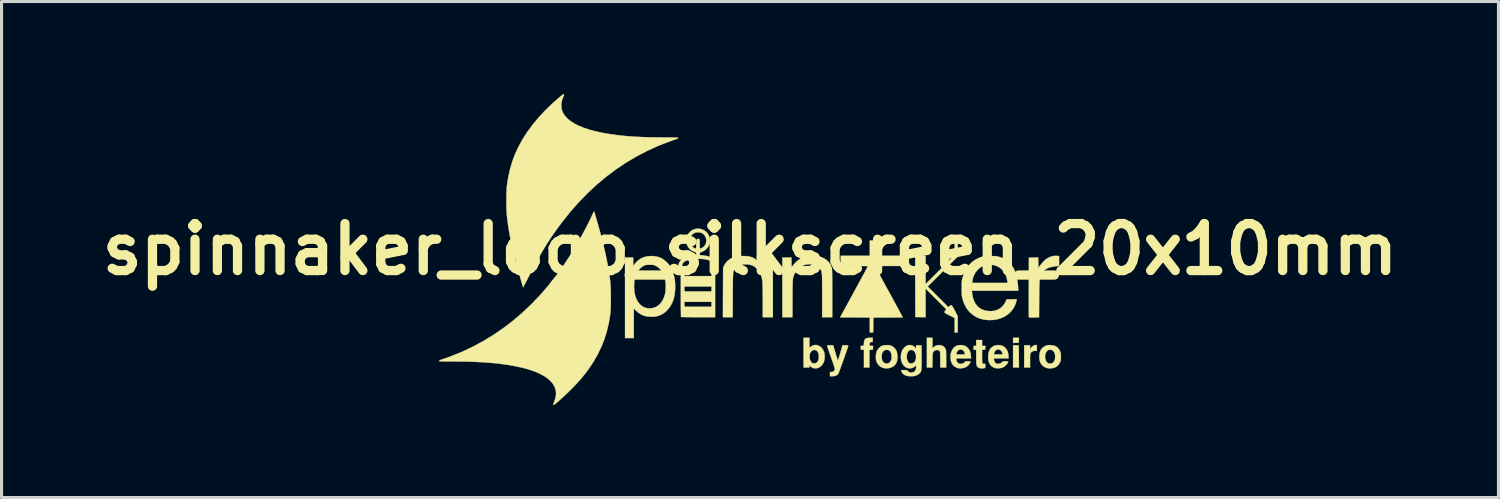
<source format=kicad_pcb>
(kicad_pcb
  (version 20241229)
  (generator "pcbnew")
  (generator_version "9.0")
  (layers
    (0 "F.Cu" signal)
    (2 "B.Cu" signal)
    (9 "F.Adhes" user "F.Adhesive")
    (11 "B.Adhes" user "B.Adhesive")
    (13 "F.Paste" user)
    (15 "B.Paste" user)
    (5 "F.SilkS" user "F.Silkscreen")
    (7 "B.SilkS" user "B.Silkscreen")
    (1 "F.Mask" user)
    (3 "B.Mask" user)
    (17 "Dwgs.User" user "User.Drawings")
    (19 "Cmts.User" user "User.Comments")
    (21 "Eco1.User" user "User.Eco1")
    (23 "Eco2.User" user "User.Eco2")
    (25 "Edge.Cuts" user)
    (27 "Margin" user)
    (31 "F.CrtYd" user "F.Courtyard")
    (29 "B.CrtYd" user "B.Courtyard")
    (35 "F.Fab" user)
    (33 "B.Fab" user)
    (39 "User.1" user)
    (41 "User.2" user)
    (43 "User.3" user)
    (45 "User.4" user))
  (footprint "spinnaker_logo_silkscreen_20x10mm"
    (layer "F.Cu")
    (at 21.271 5.034)
    (property "Reference" "spinnaker_logo_silkscreen_20x10mm" (at 0 0 0) (layer "F.SilkS") (effects (font (size 1.524 1.524) (thickness 0.3))))
    (attr through_hole)
    (fp_poly (pts (xy 8.715 3.117) (xy 8.718 3.474) (xy 8.721 3.831) (xy 8.53 3.831) (xy 8.53 3.111) (xy 8.715 3.117)) (stroke (width 0.01) (type solid)) (fill yes) (layer "F.SilkS"))
    (fp_poly (pts (xy 8.718 2.95) (xy 8.715 3.032) (xy 8.53 3.038) (xy 8.53 2.868) (xy 8.722 2.868) (xy 8.718 2.95)) (stroke (width 0.01) (type solid)) (fill yes) (layer "F.SilkS"))
    (fp_poly (pts (xy 9.289 3.102) (xy 9.297 3.107) (xy 9.301 3.12) (xy 9.302 3.145) (xy 9.303 3.187) (xy 9.303 3.196) (xy 9.303 3.291) (xy 9.247 3.291) (xy 9.186 3.299) (xy 9.137 3.321) (xy 9.104 3.357) (xy 9.099 3.365) (xy 9.093 3.381) (xy 9.088 3.401) (xy 9.084 3.427) (xy 9.082 3.464) (xy 9.081 3.515) (xy 9.081 3.582) (xy 9.081 3.617) (xy 9.081 3.831) (xy 8.89 3.831) (xy 8.89 3.111) (xy 9.081 3.111) (xy 9.081 3.178) (xy 9.081 3.244) (xy 9.1 3.212) (xy 9.138 3.165) (xy 9.186 3.129) (xy 9.238 3.107) (xy 9.276 3.101) (xy 9.289 3.102)) (stroke (width 0.01) (type solid)) (fill yes) (layer "F.SilkS"))
    (fp_poly (pts (xy 3.979 3.006) (xy 3.945 3.006) (xy 3.91 3.01) (xy 3.89 3.023) (xy 3.881 3.051) (xy 3.88 3.076) (xy 3.879 3.127) (xy 3.935 3.131) (xy 3.991 3.134) (xy 3.988 3.194) (xy 3.985 3.254) (xy 3.929 3.258) (xy 3.873 3.261) (xy 3.873 3.831) (xy 3.694 3.831) (xy 3.694 3.261) (xy 3.593 3.254) (xy 3.59 3.194) (xy 3.587 3.134) (xy 3.638 3.131) (xy 3.688 3.127) (xy 3.694 3.043) (xy 3.699 2.99) (xy 3.708 2.952) (xy 3.723 2.925) (xy 3.746 2.902) (xy 3.755 2.895) (xy 3.775 2.884) (xy 3.8 2.876) (xy 3.838 2.872) (xy 3.881 2.87) (xy 3.979 2.866) (xy 3.979 3.006)) (stroke (width 0.01) (type solid)) (fill yes) (layer "F.SilkS"))
    (fp_poly (pts (xy 7.525 3.133) (xy 7.632 3.133) (xy 7.625 3.254) (xy 7.525 3.261) (xy 7.525 3.475) (xy 7.525 3.557) (xy 7.527 3.619) (xy 7.529 3.663) (xy 7.533 3.69) (xy 7.537 3.702) (xy 7.556 3.71) (xy 7.585 3.715) (xy 7.59 3.715) (xy 7.631 3.715) (xy 7.631 3.778) (xy 7.629 3.814) (xy 7.624 3.839) (xy 7.619 3.848) (xy 7.602 3.852) (xy 7.572 3.857) (xy 7.537 3.86) (xy 7.489 3.86) (xy 7.452 3.854) (xy 7.421 3.843) (xy 7.385 3.82) (xy 7.361 3.787) (xy 7.355 3.776) (xy 7.348 3.759) (xy 7.343 3.74) (xy 7.34 3.716) (xy 7.337 3.684) (xy 7.336 3.641) (xy 7.335 3.583) (xy 7.334 3.508) (xy 7.334 3.495) (xy 7.334 3.26) (xy 7.25 3.26) (xy 7.25 3.133) (xy 7.334 3.133) (xy 7.334 2.942) (xy 7.525 2.942) (xy 7.525 3.133)) (stroke (width 0.01) (type solid)) (fill yes) (layer "F.SilkS"))
    (fp_poly (pts (xy 6.736 -0.28) (xy 6.736 0.233) (xy 6.249 0.72) (xy 5.763 1.207) (xy 6.433 1.877) (xy 6.471 1.843) (xy 6.495 1.824) (xy 6.511 1.812) (xy 6.515 1.81) (xy 6.53 1.815) (xy 6.548 1.83) (xy 6.569 1.859) (xy 6.595 1.901) (xy 6.627 1.961) (xy 6.649 2.003) (xy 6.736 2.175) (xy 6.736 2.693) (xy 6.686 2.697) (xy 6.636 2.7) (xy 6.636 2.227) (xy 6.472 2.146) (xy 6.412 2.116) (xy 6.369 2.093) (xy 6.339 2.076) (xy 6.321 2.063) (xy 6.312 2.052) (xy 6.308 2.042) (xy 6.308 2.035) (xy 6.316 2.006) (xy 6.336 1.977) (xy 6.336 1.977) (xy 6.365 1.947) (xy 5.694 1.275) (xy 5.694 2.202) (xy 5.527 2.199) (xy 5.36 2.196) (xy 5.358 1.204) (xy 5.355 0.212) (xy 5.694 0.212) (xy 5.694 1.127) (xy 6.636 0.185) (xy 6.636 -0.287) (xy 6.736 -0.28)) (stroke (width 0.01) (type solid)) (fill yes) (layer "F.SilkS"))
    (fp_poly (pts (xy 5.916 3.211) (xy 5.95 3.178) (xy 6.011 3.133) (xy 6.077 3.109) (xy 6.148 3.105) (xy 6.203 3.115) (xy 6.264 3.142) (xy 6.311 3.183) (xy 6.34 3.232) (xy 6.346 3.247) (xy 6.351 3.265) (xy 6.355 3.287) (xy 6.357 3.318) (xy 6.359 3.359) (xy 6.36 3.414) (xy 6.36 3.485) (xy 6.36 3.553) (xy 6.361 3.831) (xy 6.17 3.831) (xy 6.17 3.588) (xy 6.17 3.516) (xy 6.168 3.45) (xy 6.166 3.394) (xy 6.164 3.351) (xy 6.161 3.324) (xy 6.16 3.318) (xy 6.138 3.289) (xy 6.104 3.271) (xy 6.062 3.265) (xy 6.019 3.272) (xy 5.978 3.292) (xy 5.967 3.301) (xy 5.951 3.317) (xy 5.939 3.337) (xy 5.93 3.363) (xy 5.924 3.397) (xy 5.92 3.444) (xy 5.917 3.505) (xy 5.916 3.582) (xy 5.916 3.622) (xy 5.916 3.831) (xy 5.736 3.831) (xy 5.736 2.868) (xy 5.916 2.868) (xy 5.916 3.211)) (stroke (width 0.01) (type solid)) (fill yes) (layer "F.SilkS"))
    (fp_poly (pts (xy 1.926 3.199) (xy 1.968 3.161) (xy 2.024 3.123) (xy 2.085 3.104) (xy 2.148 3.102) (xy 2.21 3.118) (xy 2.269 3.148) (xy 2.322 3.194) (xy 2.367 3.253) (xy 2.4 3.324) (xy 2.404 3.336) (xy 2.42 3.412) (xy 2.423 3.496) (xy 2.414 3.579) (xy 2.394 3.654) (xy 2.387 3.67) (xy 2.346 3.74) (xy 2.294 3.795) (xy 2.234 3.835) (xy 2.169 3.857) (xy 2.1 3.861) (xy 2.039 3.847) (xy 2.004 3.83) (xy 1.97 3.805) (xy 1.962 3.798) (xy 1.926 3.764) (xy 1.926 3.831) (xy 1.736 3.831) (xy 1.736 3.468) (xy 1.93 3.468) (xy 1.934 3.531) (xy 1.948 3.59) (xy 1.972 3.641) (xy 2.004 3.677) (xy 2.013 3.683) (xy 2.057 3.7) (xy 2.104 3.7) (xy 2.149 3.684) (xy 2.166 3.671) (xy 2.202 3.626) (xy 2.224 3.569) (xy 2.232 3.498) (xy 2.233 3.482) (xy 2.226 3.408) (xy 2.207 3.348) (xy 2.177 3.302) (xy 2.135 3.273) (xy 2.099 3.263) (xy 2.049 3.267) (xy 2.005 3.29) (xy 1.968 3.333) (xy 1.958 3.35) (xy 1.938 3.406) (xy 1.93 3.468) (xy 1.736 3.468) (xy 1.736 2.868) (xy 1.926 2.868) (xy 1.926 3.199)) (stroke (width 0.01) (type solid)) (fill yes) (layer "F.SilkS"))
    (fp_poly (pts (xy 9.951 0.213) (xy 9.982 0.216) (xy 9.984 0.216) (xy 10.022 0.223) (xy 10.022 0.535) (xy 9.909 0.549) (xy 9.787 0.569) (xy 9.684 0.6) (xy 9.598 0.641) (xy 9.527 0.694) (xy 9.472 0.759) (xy 9.446 0.804) (xy 9.433 0.829) (xy 9.423 0.852) (xy 9.413 0.875) (xy 9.406 0.899) (xy 9.4 0.927) (xy 9.394 0.96) (xy 9.39 1.001) (xy 9.387 1.05) (xy 9.385 1.11) (xy 9.383 1.182) (xy 9.381 1.269) (xy 9.38 1.372) (xy 9.378 1.493) (xy 9.377 1.593) (xy 9.372 2.207) (xy 9.21 2.21) (xy 9.144 2.21) (xy 9.097 2.21) (xy 9.066 2.208) (xy 9.049 2.204) (xy 9.043 2.199) (xy 9.042 2.187) (xy 9.042 2.155) (xy 9.041 2.104) (xy 9.041 2.038) (xy 9.04 1.956) (xy 9.04 1.86) (xy 9.04 1.753) (xy 9.04 1.635) (xy 9.04 1.508) (xy 9.04 1.373) (xy 9.041 1.233) (xy 9.041 1.228) (xy 9.043 0.27) (xy 9.194 0.267) (xy 9.345 0.264) (xy 9.347 0.434) (xy 9.35 0.604) (xy 9.408 0.524) (xy 9.489 0.423) (xy 9.573 0.341) (xy 9.661 0.279) (xy 9.751 0.238) (xy 9.843 0.216) (xy 9.862 0.215) (xy 9.908 0.213) (xy 9.951 0.213)) (stroke (width 0.01) (type solid)) (fill yes) (layer "F.SilkS"))
    (fp_poly (pts (xy 2.768 3.352) (xy 2.788 3.421) (xy 2.807 3.483) (xy 2.824 3.536) (xy 2.836 3.576) (xy 2.845 3.601) (xy 2.847 3.607) (xy 2.852 3.601) (xy 2.861 3.578) (xy 2.875 3.539) (xy 2.891 3.487) (xy 2.91 3.425) (xy 2.927 3.366) (xy 2.999 3.111) (xy 3.092 3.111) (xy 3.141 3.112) (xy 3.171 3.116) (xy 3.184 3.121) (xy 3.185 3.125) (xy 3.182 3.14) (xy 3.172 3.172) (xy 3.157 3.219) (xy 3.137 3.278) (xy 3.113 3.348) (xy 3.086 3.424) (xy 3.058 3.506) (xy 3.028 3.589) (xy 2.998 3.673) (xy 2.969 3.754) (xy 2.942 3.829) (xy 2.917 3.897) (xy 2.896 3.955) (xy 2.878 4) (xy 2.866 4.03) (xy 2.861 4.042) (xy 2.82 4.079) (xy 2.765 4.104) (xy 2.696 4.116) (xy 2.67 4.117) (xy 2.593 4.117) (xy 2.593 3.979) (xy 2.641 3.979) (xy 2.687 3.971) (xy 2.723 3.948) (xy 2.746 3.915) (xy 2.752 3.884) (xy 2.748 3.866) (xy 2.738 3.831) (xy 2.723 3.781) (xy 2.702 3.719) (xy 2.678 3.647) (xy 2.651 3.568) (xy 2.625 3.495) (xy 2.595 3.412) (xy 2.568 3.336) (xy 2.545 3.267) (xy 2.525 3.21) (xy 2.51 3.166) (xy 2.501 3.137) (xy 2.498 3.126) (xy 2.503 3.119) (xy 2.521 3.114) (xy 2.555 3.112) (xy 2.596 3.111) (xy 2.695 3.111) (xy 2.768 3.352)) (stroke (width 0.01) (type solid)) (fill yes) (layer "F.SilkS"))
    (fp_poly (pts (xy 6.874 3.107) (xy 6.938 3.119) (xy 6.965 3.129) (xy 7.036 3.172) (xy 7.091 3.23) (xy 7.131 3.301) (xy 7.155 3.387) (xy 7.162 3.446) (xy 7.168 3.535) (xy 6.689 3.535) (xy 6.689 3.559) (xy 6.696 3.61) (xy 6.717 3.657) (xy 6.743 3.688) (xy 6.782 3.708) (xy 6.828 3.715) (xy 6.877 3.71) (xy 6.921 3.693) (xy 6.955 3.665) (xy 6.964 3.652) (xy 6.972 3.641) (xy 6.985 3.635) (xy 7.007 3.631) (xy 7.045 3.63) (xy 7.065 3.63) (xy 7.112 3.631) (xy 7.141 3.635) (xy 7.152 3.645) (xy 7.149 3.663) (xy 7.132 3.692) (xy 7.124 3.705) (xy 7.073 3.769) (xy 7.01 3.816) (xy 6.936 3.845) (xy 6.848 3.859) (xy 6.847 3.859) (xy 6.792 3.86) (xy 6.747 3.854) (xy 6.713 3.844) (xy 6.641 3.808) (xy 6.583 3.757) (xy 6.54 3.691) (xy 6.512 3.61) (xy 6.508 3.59) (xy 6.499 3.496) (xy 6.505 3.408) (xy 6.688 3.408) (xy 6.972 3.408) (xy 6.964 3.373) (xy 6.944 3.317) (xy 6.912 3.277) (xy 6.87 3.254) (xy 6.835 3.249) (xy 6.783 3.257) (xy 6.744 3.281) (xy 6.714 3.322) (xy 6.695 3.379) (xy 6.688 3.408) (xy 6.505 3.408) (xy 6.505 3.405) (xy 6.527 3.322) (xy 6.563 3.248) (xy 6.612 3.186) (xy 6.673 3.14) (xy 6.682 3.135) (xy 6.738 3.115) (xy 6.805 3.106) (xy 6.874 3.107)) (stroke (width 0.01) (type solid)) (fill yes) (layer "F.SilkS"))
    (fp_poly (pts (xy 4.485 3.107) (xy 4.522 3.111) (xy 4.551 3.117) (xy 4.58 3.129) (xy 4.596 3.136) (xy 4.665 3.18) (xy 4.718 3.238) (xy 4.755 3.309) (xy 4.776 3.394) (xy 4.782 3.492) (xy 4.782 3.512) (xy 4.775 3.586) (xy 4.761 3.646) (xy 4.738 3.697) (xy 4.703 3.745) (xy 4.694 3.755) (xy 4.638 3.803) (xy 4.569 3.837) (xy 4.491 3.857) (xy 4.409 3.861) (xy 4.328 3.849) (xy 4.32 3.847) (xy 4.245 3.815) (xy 4.181 3.767) (xy 4.13 3.703) (xy 4.095 3.625) (xy 4.095 3.625) (xy 4.085 3.578) (xy 4.081 3.518) (xy 4.082 3.453) (xy 4.27 3.453) (xy 4.27 3.516) (xy 4.279 3.574) (xy 4.294 3.616) (xy 4.326 3.662) (xy 4.363 3.691) (xy 4.411 3.703) (xy 4.431 3.704) (xy 4.469 3.701) (xy 4.497 3.692) (xy 4.52 3.676) (xy 4.557 3.634) (xy 4.581 3.582) (xy 4.592 3.516) (xy 4.593 3.482) (xy 4.586 3.408) (xy 4.567 3.347) (xy 4.536 3.301) (xy 4.494 3.271) (xy 4.443 3.26) (xy 4.436 3.26) (xy 4.379 3.269) (xy 4.333 3.296) (xy 4.297 3.342) (xy 4.295 3.347) (xy 4.278 3.394) (xy 4.27 3.453) (xy 4.082 3.453) (xy 4.082 3.453) (xy 4.088 3.39) (xy 4.098 3.337) (xy 4.1 3.33) (xy 4.131 3.266) (xy 4.177 3.206) (xy 4.233 3.158) (xy 4.278 3.132) (xy 4.311 3.119) (xy 4.343 3.111) (xy 4.383 3.108) (xy 4.435 3.107) (xy 4.485 3.107)) (stroke (width 0.01) (type solid)) (fill yes) (layer "F.SilkS"))
    (fp_poly (pts (xy -0.163 0.219) (xy -0.094 0.222) (xy -0.035 0.231) (xy 0.018 0.244) (xy 0.07 0.263) (xy 0.126 0.289) (xy 0.167 0.314) (xy 0.217 0.351) (xy 0.27 0.397) (xy 0.323 0.448) (xy 0.371 0.498) (xy 0.405 0.54) (xy 0.433 0.577) (xy 0.434 0.265) (xy 0.741 0.265) (xy 0.741 2.201) (xy 0.413 2.201) (xy 0.413 1.666) (xy 0.413 1.547) (xy 0.412 1.435) (xy 0.411 1.332) (xy 0.409 1.239) (xy 0.407 1.16) (xy 0.405 1.096) (xy 0.403 1.05) (xy 0.401 1.03) (xy 0.38 0.911) (xy 0.343 0.804) (xy 0.292 0.71) (xy 0.227 0.631) (xy 0.15 0.567) (xy 0.108 0.542) (xy 0.043 0.513) (xy -0.025 0.496) (xy -0.101 0.488) (xy -0.176 0.489) (xy -0.263 0.498) (xy -0.335 0.518) (xy -0.397 0.55) (xy -0.453 0.597) (xy -0.465 0.61) (xy -0.482 0.628) (xy -0.497 0.644) (xy -0.509 0.66) (xy -0.52 0.677) (xy -0.529 0.697) (xy -0.536 0.721) (xy -0.542 0.751) (xy -0.547 0.788) (xy -0.55 0.835) (xy -0.553 0.892) (xy -0.555 0.961) (xy -0.556 1.045) (xy -0.557 1.143) (xy -0.558 1.259) (xy -0.558 1.393) (xy -0.558 1.484) (xy -0.562 2.201) (xy -0.879 2.201) (xy -0.876 1.4) (xy -0.873 0.598) (xy -0.84 0.527) (xy -0.787 0.44) (xy -0.717 0.366) (xy -0.632 0.304) (xy -0.531 0.256) (xy -0.504 0.247) (xy -0.469 0.236) (xy -0.438 0.228) (xy -0.406 0.223) (xy -0.368 0.22) (xy -0.319 0.218) (xy -0.255 0.218) (xy -0.249 0.218) (xy -0.163 0.219)) (stroke (width 0.01) (type solid)) (fill yes) (layer "F.SilkS"))
    (fp_poly (pts (xy 8.127 3.112) (xy 8.189 3.132) (xy 8.254 3.172) (xy 8.307 3.228) (xy 8.348 3.298) (xy 8.373 3.377) (xy 8.382 3.465) (xy 8.382 3.467) (xy 8.382 3.535) (xy 8.144 3.535) (xy 8.065 3.535) (xy 8.005 3.535) (xy 7.962 3.536) (xy 7.933 3.54) (xy 7.915 3.546) (xy 7.907 3.556) (xy 7.907 3.57) (xy 7.911 3.59) (xy 7.918 3.615) (xy 7.937 3.66) (xy 7.961 3.688) (xy 7.999 3.709) (xy 8.046 3.715) (xy 8.094 3.71) (xy 8.138 3.692) (xy 8.172 3.665) (xy 8.181 3.652) (xy 8.189 3.641) (xy 8.202 3.635) (xy 8.225 3.631) (xy 8.262 3.63) (xy 8.282 3.63) (xy 8.328 3.631) (xy 8.358 3.635) (xy 8.371 3.64) (xy 8.371 3.641) (xy 8.363 3.673) (xy 8.339 3.711) (xy 8.305 3.751) (xy 8.264 3.789) (xy 8.22 3.82) (xy 8.194 3.833) (xy 8.145 3.848) (xy 8.085 3.857) (xy 8.022 3.859) (xy 7.966 3.854) (xy 7.939 3.848) (xy 7.866 3.815) (xy 7.808 3.767) (xy 7.765 3.706) (xy 7.737 3.63) (xy 7.723 3.538) (xy 7.722 3.498) (xy 7.727 3.408) (xy 7.908 3.408) (xy 8.192 3.408) (xy 8.185 3.379) (xy 8.164 3.319) (xy 8.132 3.278) (xy 8.089 3.255) (xy 8.049 3.249) (xy 7.999 3.257) (xy 7.96 3.282) (xy 7.932 3.325) (xy 7.916 3.373) (xy 7.908 3.408) (xy 7.727 3.408) (xy 7.728 3.397) (xy 7.748 3.311) (xy 7.782 3.24) (xy 7.831 3.184) (xy 7.895 3.14) (xy 7.903 3.136) (xy 7.972 3.113) (xy 8.05 3.105) (xy 8.127 3.112)) (stroke (width 0.01) (type solid)) (fill yes) (layer "F.SilkS"))
    (fp_poly (pts (xy 4 0.212) (xy 4.932 0.212) (xy 4.932 0.54) (xy 4.491 0.54) (xy 4.381 0.54) (xy 4.29 0.54) (xy 4.217 0.541) (xy 4.16 0.542) (xy 4.117 0.543) (xy 4.087 0.545) (xy 4.068 0.547) (xy 4.059 0.55) (xy 4.057 0.554) (xy 4.057 0.554) (xy 4.062 0.565) (xy 4.078 0.594) (xy 4.101 0.638) (xy 4.133 0.697) (xy 4.172 0.769) (xy 4.218 0.852) (xy 4.269 0.947) (xy 4.325 1.05) (xy 4.385 1.161) (xy 4.449 1.278) (xy 4.508 1.385) (xy 4.574 1.506) (xy 4.637 1.622) (xy 4.697 1.732) (xy 4.752 1.833) (xy 4.802 1.925) (xy 4.846 2.007) (xy 4.883 2.076) (xy 4.914 2.132) (xy 4.936 2.173) (xy 4.949 2.199) (xy 4.953 2.207) (xy 4.943 2.208) (xy 4.913 2.209) (xy 4.867 2.21) (xy 4.806 2.21) (xy 4.732 2.211) (xy 4.648 2.212) (xy 4.555 2.212) (xy 4.477 2.212) (xy 4.001 2.212) (xy 3.998 2.453) (xy 3.995 2.693) (xy 3.94 2.697) (xy 3.884 2.7) (xy 3.884 2.212) (xy 3.403 2.209) (xy 2.922 2.207) (xy 3.371 1.383) (xy 3.438 1.261) (xy 3.501 1.144) (xy 3.561 1.034) (xy 3.617 0.931) (xy 3.667 0.838) (xy 3.712 0.756) (xy 3.749 0.685) (xy 3.78 0.628) (xy 3.803 0.585) (xy 3.816 0.559) (xy 3.821 0.55) (xy 3.81 0.547) (xy 3.78 0.545) (xy 3.732 0.543) (xy 3.668 0.542) (xy 3.589 0.541) (xy 3.497 0.54) (xy 3.393 0.54) (xy 3.381 0.54) (xy 2.942 0.54) (xy 2.942 0.212) (xy 3.884 0.212) (xy 3.884 -0.286) (xy 4 -0.286) (xy 4 0.212)) (stroke (width 0.01) (type solid)) (fill yes) (layer "F.SilkS"))
    (fp_poly (pts (xy 9.816 3.113) (xy 9.891 3.134) (xy 9.954 3.17) (xy 10.005 3.222) (xy 10.046 3.289) (xy 10.061 3.321) (xy 10.071 3.347) (xy 10.077 3.374) (xy 10.08 3.406) (xy 10.081 3.451) (xy 10.081 3.482) (xy 10.08 3.537) (xy 10.078 3.576) (xy 10.074 3.606) (xy 10.066 3.632) (xy 10.054 3.66) (xy 10.053 3.662) (xy 10.01 3.736) (xy 9.957 3.792) (xy 9.893 3.83) (xy 9.817 3.852) (xy 9.755 3.859) (xy 9.699 3.86) (xy 9.653 3.855) (xy 9.608 3.844) (xy 9.602 3.842) (xy 9.532 3.808) (xy 9.472 3.757) (xy 9.425 3.693) (xy 9.408 3.656) (xy 9.396 3.619) (xy 9.388 3.581) (xy 9.384 3.535) (xy 9.383 3.487) (xy 9.383 3.482) (xy 9.567 3.482) (xy 9.574 3.555) (xy 9.596 3.616) (xy 9.631 3.664) (xy 9.656 3.687) (xy 9.677 3.699) (xy 9.703 3.704) (xy 9.729 3.704) (xy 9.768 3.702) (xy 9.795 3.694) (xy 9.821 3.677) (xy 9.822 3.676) (xy 9.859 3.634) (xy 9.883 3.582) (xy 9.894 3.516) (xy 9.895 3.482) (xy 9.889 3.409) (xy 9.871 3.352) (xy 9.84 3.306) (xy 9.822 3.288) (xy 9.797 3.271) (xy 9.77 3.262) (xy 9.731 3.26) (xy 9.729 3.26) (xy 9.693 3.261) (xy 9.67 3.267) (xy 9.649 3.283) (xy 9.631 3.3) (xy 9.594 3.352) (xy 9.574 3.413) (xy 9.567 3.482) (xy 9.383 3.482) (xy 9.388 3.392) (xy 9.407 3.312) (xy 9.439 3.246) (xy 9.486 3.192) (xy 9.549 3.149) (xy 9.564 3.141) (xy 9.603 3.123) (xy 9.635 3.113) (xy 9.668 3.108) (xy 9.712 3.106) (xy 9.726 3.106) (xy 9.816 3.113)) (stroke (width 0.01) (type solid)) (fill yes) (layer "F.SilkS"))
    (fp_poly (pts (xy 2.027 0.217) (xy 2.094 0.218) (xy 2.145 0.219) (xy 2.185 0.221) (xy 2.216 0.226) (xy 2.245 0.232) (xy 2.276 0.241) (xy 2.291 0.246) (xy 2.394 0.29) (xy 2.482 0.347) (xy 2.554 0.416) (xy 2.609 0.496) (xy 2.646 0.586) (xy 2.655 0.622) (xy 2.658 0.645) (xy 2.66 0.685) (xy 2.662 0.745) (xy 2.664 0.824) (xy 2.665 0.922) (xy 2.666 1.039) (xy 2.667 1.177) (xy 2.667 1.336) (xy 2.667 1.44) (xy 2.667 2.201) (xy 2.339 2.201) (xy 2.339 1.494) (xy 2.339 1.348) (xy 2.339 1.221) (xy 2.338 1.112) (xy 2.338 1.02) (xy 2.337 0.943) (xy 2.335 0.878) (xy 2.332 0.826) (xy 2.329 0.783) (xy 2.325 0.749) (xy 2.319 0.721) (xy 2.313 0.699) (xy 2.305 0.681) (xy 2.295 0.665) (xy 2.284 0.649) (xy 2.272 0.633) (xy 2.213 0.571) (xy 2.141 0.527) (xy 2.055 0.498) (xy 1.956 0.485) (xy 1.921 0.485) (xy 1.813 0.495) (xy 1.715 0.523) (xy 1.627 0.57) (xy 1.551 0.634) (xy 1.486 0.715) (xy 1.434 0.813) (xy 1.401 0.905) (xy 1.397 0.92) (xy 1.394 0.938) (xy 1.391 0.96) (xy 1.388 0.987) (xy 1.386 1.023) (xy 1.385 1.068) (xy 1.383 1.124) (xy 1.382 1.193) (xy 1.381 1.277) (xy 1.38 1.378) (xy 1.379 1.496) (xy 1.379 1.585) (xy 1.375 2.201) (xy 1.048 2.201) (xy 1.048 0.265) (xy 1.344 0.265) (xy 1.346 0.423) (xy 1.349 0.582) (xy 1.41 0.503) (xy 1.495 0.407) (xy 1.588 0.331) (xy 1.69 0.273) (xy 1.783 0.237) (xy 1.812 0.229) (xy 1.843 0.224) (xy 1.882 0.22) (xy 1.931 0.218) (xy 1.995 0.217) (xy 2.027 0.217)) (stroke (width 0.01) (type solid)) (fill yes) (layer "F.SilkS"))
    (fp_poly (pts (xy 5.255 3.115) (xy 5.312 3.146) (xy 5.342 3.171) (xy 5.387 3.217) (xy 5.387 3.111) (xy 5.474 3.114) (xy 5.562 3.117) (xy 5.564 3.497) (xy 5.565 3.608) (xy 5.565 3.7) (xy 5.564 3.776) (xy 5.562 3.836) (xy 5.559 3.885) (xy 5.553 3.922) (xy 5.545 3.952) (xy 5.535 3.976) (xy 5.522 3.996) (xy 5.506 4.014) (xy 5.486 4.032) (xy 5.483 4.035) (xy 5.43 4.073) (xy 5.369 4.099) (xy 5.297 4.113) (xy 5.217 4.116) (xy 5.171 4.114) (xy 5.13 4.112) (xy 5.1 4.108) (xy 5.096 4.107) (xy 5.027 4.082) (xy 4.971 4.046) (xy 4.93 3.999) (xy 4.907 3.945) (xy 4.906 3.945) (xy 4.9 3.916) (xy 4.998 3.916) (xy 5.044 3.916) (xy 5.073 3.918) (xy 5.091 3.922) (xy 5.102 3.93) (xy 5.111 3.943) (xy 5.114 3.947) (xy 5.14 3.974) (xy 5.18 3.991) (xy 5.227 3.997) (xy 5.274 3.992) (xy 5.318 3.974) (xy 5.33 3.966) (xy 5.363 3.927) (xy 5.382 3.873) (xy 5.387 3.82) (xy 5.387 3.766) (xy 5.353 3.795) (xy 5.289 3.836) (xy 5.224 3.858) (xy 5.158 3.861) (xy 5.095 3.847) (xy 5.036 3.816) (xy 4.984 3.77) (xy 4.941 3.709) (xy 4.91 3.635) (xy 4.901 3.6) (xy 4.89 3.506) (xy 4.893 3.455) (xy 5.082 3.455) (xy 5.083 3.518) (xy 5.094 3.579) (xy 5.115 3.632) (xy 5.146 3.674) (xy 5.163 3.687) (xy 5.199 3.699) (xy 5.243 3.7) (xy 5.286 3.69) (xy 5.307 3.679) (xy 5.343 3.644) (xy 5.367 3.595) (xy 5.381 3.537) (xy 5.384 3.475) (xy 5.376 3.414) (xy 5.356 3.357) (xy 5.326 3.31) (xy 5.318 3.302) (xy 5.291 3.279) (xy 5.266 3.268) (xy 5.233 3.265) (xy 5.228 3.265) (xy 5.192 3.268) (xy 5.166 3.278) (xy 5.144 3.296) (xy 5.112 3.339) (xy 5.092 3.394) (xy 5.082 3.455) (xy 4.893 3.455) (xy 4.896 3.41) (xy 4.906 3.36) (xy 4.934 3.283) (xy 4.973 3.218) (xy 5.021 3.167) (xy 5.076 3.13) (xy 5.135 3.108) (xy 5.195 3.103) (xy 5.255 3.115)) (stroke (width 0.01) (type solid)) (fill yes) (layer "F.SilkS"))
    (fp_poly (pts (xy -3.083 0.225) (xy -2.979 0.247) (xy -2.884 0.283) (xy -2.796 0.337) (xy -2.711 0.41) (xy -2.697 0.423) (xy -2.655 0.467) (xy -2.624 0.503) (xy -2.598 0.539) (xy -2.574 0.582) (xy -2.547 0.636) (xy -2.494 0.762) (xy -2.457 0.891) (xy -2.434 1.027) (xy -2.426 1.175) (xy -2.427 1.286) (xy -2.439 1.43) (xy -2.463 1.558) (xy -2.498 1.675) (xy -2.547 1.783) (xy -2.597 1.867) (xy -2.675 1.967) (xy -2.763 2.048) (xy -2.861 2.111) (xy -2.873 2.118) (xy -2.956 2.153) (xy -3.037 2.176) (xy -3.123 2.187) (xy -3.221 2.188) (xy -3.239 2.187) (xy -3.347 2.176) (xy -3.443 2.153) (xy -3.53 2.116) (xy -3.613 2.062) (xy -3.697 1.99) (xy -3.701 1.987) (xy -3.768 1.923) (xy -3.768 2.879) (xy -4.053 2.879) (xy -4.053 1.238) (xy -3.76 1.238) (xy -3.75 1.367) (xy -3.728 1.485) (xy -3.693 1.591) (xy -3.647 1.684) (xy -3.591 1.763) (xy -3.525 1.826) (xy -3.45 1.873) (xy -3.366 1.903) (xy -3.275 1.915) (xy -3.177 1.908) (xy -3.152 1.904) (xy -3.063 1.874) (xy -2.982 1.826) (xy -2.911 1.761) (xy -2.849 1.68) (xy -2.799 1.584) (xy -2.762 1.476) (xy -2.761 1.474) (xy -2.747 1.401) (xy -2.737 1.314) (xy -2.733 1.222) (xy -2.734 1.131) (xy -2.74 1.053) (xy -2.764 0.932) (xy -2.802 0.823) (xy -2.851 0.726) (xy -2.913 0.645) (xy -2.985 0.579) (xy -3.056 0.537) (xy -3.088 0.522) (xy -3.114 0.512) (xy -3.141 0.507) (xy -3.174 0.504) (xy -3.218 0.503) (xy -3.254 0.503) (xy -3.31 0.503) (xy -3.35 0.505) (xy -3.38 0.509) (xy -3.406 0.516) (xy -3.433 0.527) (xy -3.443 0.532) (xy -3.512 0.574) (xy -3.576 0.634) (xy -3.633 0.707) (xy -3.672 0.775) (xy -3.706 0.854) (xy -3.731 0.931) (xy -3.747 1.014) (xy -3.756 1.098) (xy -3.76 1.238) (xy -4.053 1.238) (xy -4.053 0.265) (xy -3.789 0.265) (xy -3.789 0.541) (xy -3.739 0.475) (xy -3.66 0.387) (xy -3.572 0.317) (xy -3.474 0.267) (xy -3.365 0.234) (xy -3.245 0.219) (xy -3.201 0.218) (xy -3.083 0.225)) (stroke (width 0.01) (type solid)) (fill yes) (layer "F.SilkS"))
    (fp_poly (pts (xy 7.868 0.219) (xy 7.924 0.22) (xy 7.969 0.223) (xy 8.006 0.228) (xy 8.04 0.234) (xy 8.069 0.242) (xy 8.192 0.285) (xy 8.299 0.342) (xy 8.393 0.415) (xy 8.474 0.505) (xy 8.544 0.613) (xy 8.556 0.636) (xy 8.6 0.733) (xy 8.635 0.841) (xy 8.662 0.963) (xy 8.682 1.1) (xy 8.694 1.241) (xy 8.701 1.344) (xy 7.194 1.344) (xy 7.201 1.42) (xy 7.22 1.537) (xy 7.253 1.645) (xy 7.299 1.741) (xy 7.358 1.824) (xy 7.427 1.892) (xy 7.461 1.915) (xy 7.528 1.952) (xy 7.598 1.978) (xy 7.678 1.996) (xy 7.714 2.001) (xy 7.828 2.005) (xy 7.934 1.991) (xy 8.03 1.959) (xy 8.117 1.91) (xy 8.192 1.843) (xy 8.254 1.761) (xy 8.283 1.707) (xy 8.324 1.62) (xy 8.487 1.62) (xy 8.649 1.619) (xy 8.642 1.663) (xy 8.629 1.716) (xy 8.607 1.779) (xy 8.578 1.845) (xy 8.546 1.906) (xy 8.53 1.932) (xy 8.455 2.027) (xy 8.366 2.109) (xy 8.263 2.177) (xy 8.149 2.23) (xy 8.024 2.269) (xy 7.893 2.291) (xy 7.755 2.296) (xy 7.615 2.285) (xy 7.487 2.257) (xy 7.366 2.21) (xy 7.255 2.148) (xy 7.158 2.071) (xy 7.072 1.98) (xy 7.002 1.88) (xy 6.945 1.768) (xy 6.9 1.641) (xy 6.893 1.614) (xy 6.884 1.579) (xy 6.877 1.548) (xy 6.872 1.518) (xy 6.868 1.485) (xy 6.866 1.445) (xy 6.865 1.394) (xy 6.864 1.329) (xy 6.864 1.265) (xy 6.864 1.185) (xy 6.865 1.124) (xy 6.866 1.09) (xy 7.204 1.09) (xy 8.349 1.09) (xy 8.344 1.035) (xy 8.324 0.922) (xy 8.289 0.822) (xy 8.237 0.733) (xy 8.176 0.66) (xy 8.097 0.594) (xy 8.007 0.545) (xy 7.91 0.514) (xy 7.808 0.5) (xy 7.704 0.504) (xy 7.601 0.527) (xy 7.519 0.56) (xy 7.44 0.611) (xy 7.368 0.678) (xy 7.307 0.759) (xy 7.259 0.849) (xy 7.225 0.946) (xy 7.211 1.026) (xy 7.204 1.09) (xy 6.866 1.09) (xy 6.866 1.075) (xy 6.869 1.037) (xy 6.873 1.004) (xy 6.878 0.974) (xy 6.886 0.943) (xy 6.893 0.915) (xy 6.94 0.774) (xy 7.003 0.647) (xy 7.08 0.535) (xy 7.171 0.438) (xy 7.276 0.356) (xy 7.393 0.291) (xy 7.509 0.247) (xy 7.545 0.237) (xy 7.576 0.229) (xy 7.606 0.224) (xy 7.641 0.221) (xy 7.685 0.219) (xy 7.742 0.219) (xy 7.795 0.219) (xy 7.868 0.219)) (stroke (width 0.01) (type solid)) (fill yes) (layer "F.SilkS"))
    (fp_poly (pts (xy -6.038 -5.027) (xy -6.032 -5.017) (xy -6.033 -5) (xy -6.044 -4.972) (xy -6.054 -4.95) (xy -6.093 -4.846) (xy -6.114 -4.74) (xy -6.119 -4.636) (xy -6.105 -4.537) (xy -6.097 -4.508) (xy -6.056 -4.411) (xy -5.994 -4.319) (xy -5.913 -4.233) (xy -5.812 -4.152) (xy -5.691 -4.076) (xy -5.551 -4.005) (xy -5.392 -3.941) (xy -5.214 -3.881) (xy -5.018 -3.828) (xy -4.804 -3.781) (xy -4.572 -3.74) (xy -4.323 -3.705) (xy -4.281 -3.7) (xy -4.109 -3.681) (xy -3.935 -3.665) (xy -3.756 -3.653) (xy -3.57 -3.643) (xy -3.374 -3.635) (xy -3.164 -3.63) (xy -2.937 -3.628) (xy -2.818 -3.627) (xy -2.703 -3.627) (xy -2.607 -3.626) (xy -2.529 -3.626) (xy -2.467 -3.625) (xy -2.419 -3.624) (xy -2.384 -3.623) (xy -2.358 -3.621) (xy -2.342 -3.618) (xy -2.333 -3.615) (xy -2.329 -3.612) (xy -2.328 -3.609) (xy -2.338 -3.595) (xy -2.367 -3.58) (xy -2.389 -3.573) (xy -2.449 -3.553) (xy -2.523 -3.527) (xy -2.607 -3.497) (xy -2.697 -3.464) (xy -2.787 -3.429) (xy -2.874 -3.396) (xy -2.951 -3.364) (xy -2.992 -3.348) (xy -3.347 -3.185) (xy -3.692 -3.005) (xy -4.027 -2.806) (xy -4.352 -2.588) (xy -4.666 -2.352) (xy -4.97 -2.097) (xy -5.264 -1.824) (xy -5.548 -1.532) (xy -5.822 -1.222) (xy -6.086 -0.893) (xy -6.138 -0.824) (xy -6.291 -0.615) (xy -6.437 -0.405) (xy -6.576 -0.192) (xy -6.711 0.027) (xy -6.844 0.256) (xy -6.977 0.498) (xy -7.111 0.757) (xy -7.156 0.844) (xy -7.198 0.929) (xy -7.238 1.006) (xy -7.273 1.075) (xy -7.304 1.134) (xy -7.329 1.181) (xy -7.347 1.213) (xy -7.357 1.229) (xy -7.359 1.231) (xy -7.363 1.219) (xy -7.372 1.189) (xy -7.385 1.144) (xy -7.403 1.085) (xy -7.423 1.015) (xy -7.446 0.936) (xy -7.47 0.85) (xy -7.471 0.847) (xy -7.549 0.57) (xy -7.617 0.311) (xy -7.678 0.067) (xy -7.731 -0.163) (xy -7.776 -0.381) (xy -7.815 -0.59) (xy -7.847 -0.791) (xy -7.872 -0.986) (xy -7.881 -1.064) (xy -7.888 -1.146) (xy -7.894 -1.244) (xy -7.898 -1.353) (xy -7.9 -1.468) (xy -7.901 -1.587) (xy -7.9 -1.705) (xy -7.897 -1.817) (xy -7.893 -1.92) (xy -7.888 -2.01) (xy -7.881 -2.074) (xy -7.837 -2.358) (xy -7.774 -2.632) (xy -7.692 -2.895) (xy -7.628 -3.065) (xy -7.515 -3.313) (xy -7.382 -3.557) (xy -7.229 -3.797) (xy -7.055 -4.034) (xy -6.861 -4.269) (xy -6.646 -4.5) (xy -6.41 -4.728) (xy -6.166 -4.942) (xy -6.118 -4.982) (xy -6.083 -5.008) (xy -6.059 -5.024) (xy -6.044 -5.029) (xy -6.038 -5.027)) (stroke (width 0.01) (type solid)) (fill yes) (layer "F.SilkS"))
    (fp_poly (pts (xy -5.052 -1.218) (xy -5.043 -1.193) (xy -5.032 -1.158) (xy -5.03 -1.151) (xy -5.021 -1.119) (xy -5.007 -1.071) (xy -4.99 -1.01) (xy -4.97 -0.941) (xy -4.948 -0.866) (xy -4.932 -0.81) (xy -4.837 -0.47) (xy -4.754 -0.146) (xy -4.683 0.162) (xy -4.623 0.457) (xy -4.575 0.738) (xy -4.537 1.008) (xy -4.533 1.042) (xy -4.526 1.116) (xy -4.521 1.205) (xy -4.517 1.306) (xy -4.514 1.417) (xy -4.513 1.532) (xy -4.513 1.649) (xy -4.514 1.762) (xy -4.517 1.87) (xy -4.521 1.967) (xy -4.527 2.051) (xy -4.533 2.111) (xy -4.579 2.39) (xy -4.642 2.657) (xy -4.722 2.915) (xy -4.822 3.165) (xy -4.94 3.409) (xy -5.078 3.649) (xy -5.129 3.728) (xy -5.234 3.883) (xy -5.345 4.032) (xy -5.463 4.177) (xy -5.592 4.324) (xy -5.735 4.475) (xy -5.81 4.551) (xy -5.864 4.604) (xy -5.923 4.661) (xy -5.986 4.72) (xy -6.05 4.78) (xy -6.114 4.838) (xy -6.174 4.892) (xy -6.23 4.941) (xy -6.278 4.983) (xy -6.318 5.016) (xy -6.346 5.038) (xy -6.36 5.046) (xy -6.373 5.042) (xy -6.376 5.038) (xy -6.375 5.024) (xy -6.368 4.996) (xy -6.355 4.957) (xy -6.345 4.933) (xy -6.308 4.818) (xy -6.291 4.709) (xy -6.294 4.605) (xy -6.318 4.506) (xy -6.362 4.411) (xy -6.405 4.345) (xy -6.486 4.254) (xy -6.587 4.17) (xy -6.708 4.092) (xy -6.85 4.019) (xy -7.011 3.953) (xy -7.193 3.892) (xy -7.394 3.838) (xy -7.616 3.79) (xy -7.858 3.748) (xy -7.895 3.742) (xy -8.072 3.717) (xy -8.252 3.696) (xy -8.436 3.679) (xy -8.628 3.665) (xy -8.831 3.654) (xy -9.045 3.645) (xy -9.275 3.64) (xy -9.523 3.638) (xy -9.591 3.637) (xy -9.707 3.637) (xy -9.804 3.637) (xy -9.882 3.636) (xy -9.945 3.635) (xy -9.994 3.634) (xy -10.03 3.632) (xy -10.056 3.631) (xy -10.072 3.628) (xy -10.082 3.625) (xy -10.085 3.622) (xy -10.086 3.619) (xy -10.078 3.609) (xy -10.055 3.596) (xy -10.014 3.58) (xy -9.981 3.57) (xy -9.934 3.554) (xy -9.874 3.533) (xy -9.806 3.509) (xy -9.738 3.484) (xy -9.704 3.471) (xy -9.342 3.325) (xy -8.99 3.159) (xy -8.647 2.974) (xy -8.315 2.771) (xy -7.992 2.55) (xy -7.679 2.31) (xy -7.377 2.051) (xy -7.085 1.775) (xy -6.803 1.48) (xy -6.532 1.166) (xy -6.272 0.835) (xy -6.159 0.682) (xy -6.008 0.464) (xy -5.855 0.23) (xy -5.703 -0.015) (xy -5.555 -0.267) (xy -5.414 -0.521) (xy -5.282 -0.772) (xy -5.162 -1.016) (xy -5.126 -1.093) (xy -5.103 -1.141) (xy -5.084 -1.182) (xy -5.068 -1.212) (xy -5.059 -1.227) (xy -5.058 -1.228) (xy -5.052 -1.218)) (stroke (width 0.01) (type solid)) (fill yes) (layer "F.SilkS"))
    (fp_poly (pts (xy -1.632 -0.666) (xy -1.556 -0.648) (xy -1.485 -0.614) (xy -1.42 -0.565) (xy -1.365 -0.501) (xy -1.322 -0.421) (xy -1.319 -0.415) (xy -1.304 -0.355) (xy -1.299 -0.285) (xy -1.305 -0.214) (xy -1.321 -0.149) (xy -1.322 -0.146) (xy -1.36 -0.076) (xy -1.413 -0.012) (xy -1.479 0.042) (xy -1.552 0.08) (xy -1.58 0.09) (xy -1.608 0.099) (xy -1.622 0.112) (xy -1.627 0.133) (xy -1.628 0.145) (xy -1.631 0.187) (xy -1.548 0.194) (xy -1.437 0.209) (xy -1.336 0.233) (xy -1.249 0.266) (xy -1.178 0.306) (xy -1.131 0.347) (xy -1.092 0.397) (xy -1.067 0.448) (xy -1.057 0.504) (xy -1.061 0.568) (xy -1.078 0.642) (xy -1.095 0.693) (xy -1.132 0.799) (xy -1.132 1.5) (xy -1.132 2.201) (xy -1.681 2.201) (xy -1.787 2.201) (xy -1.886 2.201) (xy -1.977 2.2) (xy -2.058 2.199) (xy -2.126 2.198) (xy -2.179 2.197) (xy -2.216 2.196) (xy -2.235 2.195) (xy -2.237 2.194) (xy -2.238 2.183) (xy -2.239 2.152) (xy -2.24 2.103) (xy -2.241 2.039) (xy -2.242 1.96) (xy -2.243 1.869) (xy -2.243 1.768) (xy -2.243 1.704) (xy -2.127 1.704) (xy -2.127 1.863) (xy -1.249 1.863) (xy -1.249 1.704) (xy -2.127 1.704) (xy -2.243 1.704) (xy -2.243 1.657) (xy -2.244 1.54) (xy -2.244 1.484) (xy -2.244 1.206) (xy -2.127 1.206) (xy -2.127 1.365) (xy -1.249 1.365) (xy -1.249 1.206) (xy -2.127 1.206) (xy -2.244 1.206) (xy -2.244 0.781) (xy -2.282 0.669) (xy -2.303 0.6) (xy -2.314 0.544) (xy -2.314 0.52) (xy -2.199 0.52) (xy -2.195 0.558) (xy -2.182 0.607) (xy -2.16 0.671) (xy -2.155 0.685) (xy -2.14 0.736) (xy -2.13 0.785) (xy -2.127 0.815) (xy -2.127 0.868) (xy -1.249 0.868) (xy -1.249 0.829) (xy -1.245 0.803) (xy -1.236 0.763) (xy -1.223 0.715) (xy -1.213 0.684) (xy -1.193 0.624) (xy -1.18 0.58) (xy -1.172 0.549) (xy -1.169 0.525) (xy -1.171 0.506) (xy -1.177 0.487) (xy -1.181 0.477) (xy -1.205 0.434) (xy -1.243 0.399) (xy -1.295 0.37) (xy -1.364 0.346) (xy -1.452 0.326) (xy -1.474 0.321) (xy -1.537 0.314) (xy -1.612 0.31) (xy -1.694 0.309) (xy -1.777 0.311) (xy -1.856 0.316) (xy -1.924 0.325) (xy -1.968 0.334) (xy -2.048 0.36) (xy -2.112 0.392) (xy -2.157 0.428) (xy -2.163 0.434) (xy -2.183 0.462) (xy -2.195 0.489) (xy -2.199 0.52) (xy -2.314 0.52) (xy -2.314 0.497) (xy -2.304 0.453) (xy -2.287 0.416) (xy -2.263 0.379) (xy -2.226 0.339) (xy -2.185 0.302) (xy -2.146 0.274) (xy -2.142 0.272) (xy -2.094 0.252) (xy -2.032 0.233) (xy -1.96 0.216) (xy -1.885 0.203) (xy -1.853 0.199) (xy -1.746 0.186) (xy -1.746 0.143) (xy -1.747 0.119) (xy -1.753 0.105) (xy -1.768 0.095) (xy -1.798 0.084) (xy -1.807 0.081) (xy -1.887 0.045) (xy -1.955 -0.006) (xy -2.008 -0.072) (xy -2.046 -0.149) (xy -2.066 -0.236) (xy -2.067 -0.252) (xy -1.952 -0.252) (xy -1.938 -0.19) (xy -1.91 -0.132) (xy -1.865 -0.081) (xy -1.805 -0.039) (xy -1.804 -0.039) (xy -1.781 -0.027) (xy -1.766 -0.023) (xy -1.755 -0.028) (xy -1.75 -0.046) (xy -1.747 -0.079) (xy -1.746 -0.129) (xy -1.746 -0.156) (xy -1.745 -0.224) (xy -1.741 -0.273) (xy -1.734 -0.306) (xy -1.722 -0.326) (xy -1.705 -0.336) (xy -1.684 -0.339) (xy -1.664 -0.337) (xy -1.649 -0.331) (xy -1.64 -0.316) (xy -1.634 -0.291) (xy -1.631 -0.251) (xy -1.63 -0.194) (xy -1.63 -0.167) (xy -1.629 -0.103) (xy -1.627 -0.057) (xy -1.623 -0.029) (xy -1.619 -0.021) (xy -1.602 -0.025) (xy -1.577 -0.034) (xy -1.574 -0.035) (xy -1.513 -0.072) (xy -1.466 -0.122) (xy -1.433 -0.182) (xy -1.417 -0.249) (xy -1.417 -0.319) (xy -1.436 -0.389) (xy -1.443 -0.406) (xy -1.485 -0.468) (xy -1.539 -0.514) (xy -1.605 -0.543) (xy -1.681 -0.553) (xy -1.688 -0.553) (xy -1.76 -0.544) (xy -1.822 -0.519) (xy -1.873 -0.48) (xy -1.912 -0.432) (xy -1.938 -0.376) (xy -1.952 -0.315) (xy -1.952 -0.252) (xy -2.067 -0.252) (xy -2.069 -0.292) (xy -2.068 -0.339) (xy -2.063 -0.375) (xy -2.052 -0.408) (xy -2.034 -0.447) (xy -1.986 -0.523) (xy -1.927 -0.583) (xy -1.86 -0.628) (xy -1.786 -0.656) (xy -1.71 -0.669) (xy -1.632 -0.666)) (stroke (width 0.01) (type solid)) (fill yes) (layer "F.SilkS")))
  (gr_rect
    (start -3 -3)
    (end 45.541 13.085)
    (stroke (width 0.1) (type default))
    (fill no)
    (layer "Edge.Cuts")))
</source>
